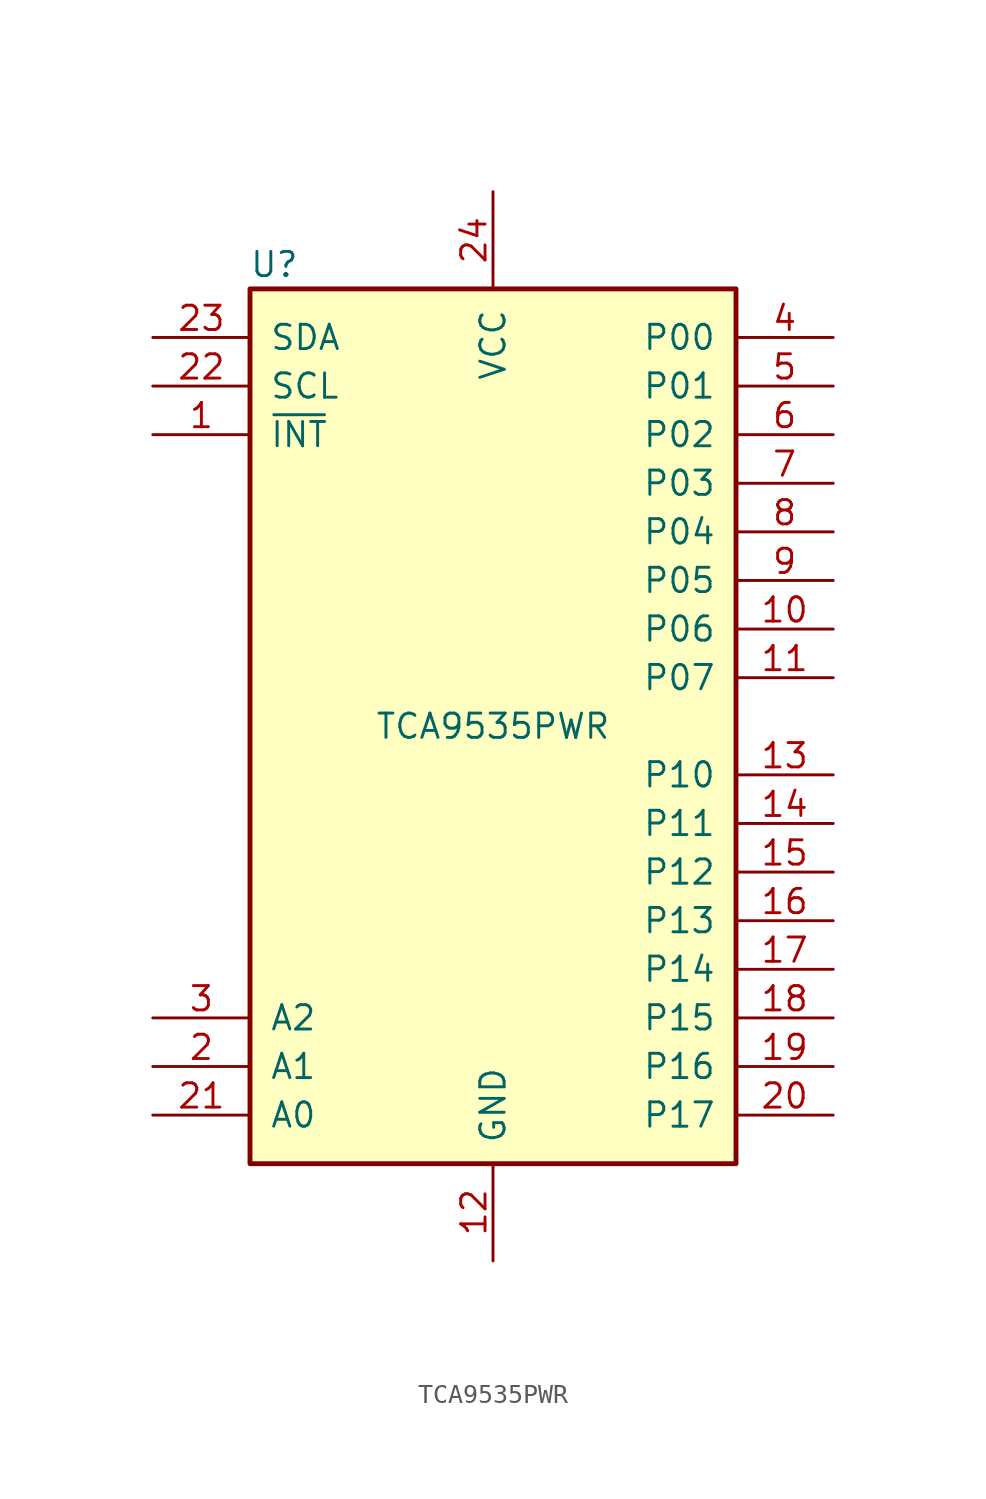
<source format=kicad_sym>
(kicad_symbol_lib
  (version 20241209)
  (generator "kicad_symbol_editor")
  (generator_version "9.0")
  (symbol "TCA9535PWR"
    (pin_names
      (offset 1.016))
    (property "Reference" "U"
      (at -11.43 24.13 0)
      (effects (font (size 1.27 1.27))))
    (property "Value" "TCA9535PWR"
      (at 0 0 0)
      (effects (font (size 1.27 1.27))))
    (symbol "TCA9535PWR_0_1"
      (rectangle (start -12.7 22.86) (end 12.7 -22.86) (stroke (width 0.254) (type default)) (fill (type background))))
    (symbol "TCA9535PWR_1_1"
      (pin bidirectional line (at -17.78 20.32 0) (length 5.08) (name "SDA" (effects (font (size 1.27 1.27)))) (number "23" (effects (font (size 1.27 1.27)))))
      (pin input line (at -17.78 17.78 0) (length 5.08) (name "SCL" (effects (font (size 1.27 1.27)))) (number "22" (effects (font (size 1.27 1.27)))))
      (pin open_collector line (at -17.78 15.24 0) (length 5.08) (name "~{INT}" (effects (font (size 1.27 1.27)))) (number "1" (effects (font (size 1.27 1.27)))))
      (pin input line (at -17.78 -15.24 0) (length 5.08) (name "A2" (effects (font (size 1.27 1.27)))) (number "3" (effects (font (size 1.27 1.27)))))
      (pin input line (at -17.78 -17.78 0) (length 5.08) (name "A1" (effects (font (size 1.27 1.27)))) (number "2" (effects (font (size 1.27 1.27)))))
      (pin input line (at -17.78 -20.32 0) (length 5.08) (name "A0" (effects (font (size 1.27 1.27)))) (number "21" (effects (font (size 1.27 1.27)))))
      (pin power_in line (at 0 27.94 270) (length 5.08) (name "VCC" (effects (font (size 1.27 1.27)))) (number "24" (effects (font (size 1.27 1.27)))))
      (pin power_in line (at 0 -27.94 90) (length 5.08) (name "GND" (effects (font (size 1.27 1.27)))) (number "12" (effects (font (size 1.27 1.27)))))
      (pin bidirectional line (at 17.78 20.32 180) (length 5.08) (name "P00" (effects (font (size 1.27 1.27)))) (number "4" (effects (font (size 1.27 1.27)))))
      (pin bidirectional line (at 17.78 17.78 180) (length 5.08) (name "P01" (effects (font (size 1.27 1.27)))) (number "5" (effects (font (size 1.27 1.27)))))
      (pin bidirectional line (at 17.78 15.24 180) (length 5.08) (name "P02" (effects (font (size 1.27 1.27)))) (number "6" (effects (font (size 1.27 1.27)))))
      (pin bidirectional line (at 17.78 12.7 180) (length 5.08) (name "P03" (effects (font (size 1.27 1.27)))) (number "7" (effects (font (size 1.27 1.27)))))
      (pin bidirectional line (at 17.78 10.16 180) (length 5.08) (name "P04" (effects (font (size 1.27 1.27)))) (number "8" (effects (font (size 1.27 1.27)))))
      (pin bidirectional line (at 17.78 7.62 180) (length 5.08) (name "P05" (effects (font (size 1.27 1.27)))) (number "9" (effects (font (size 1.27 1.27)))))
      (pin bidirectional line (at 17.78 5.08 180) (length 5.08) (name "P06" (effects (font (size 1.27 1.27)))) (number "10" (effects (font (size 1.27 1.27)))))
      (pin bidirectional line (at 17.78 2.54 180) (length 5.08) (name "P07" (effects (font (size 1.27 1.27)))) (number "11" (effects (font (size 1.27 1.27)))))
      (pin bidirectional line (at 17.78 -2.54 180) (length 5.08) (name "P10" (effects (font (size 1.27 1.27)))) (number "13" (effects (font (size 1.27 1.27)))))
      (pin bidirectional line (at 17.78 -5.08 180) (length 5.08) (name "P11" (effects (font (size 1.27 1.27)))) (number "14" (effects (font (size 1.27 1.27)))))
      (pin bidirectional line (at 17.78 -7.62 180) (length 5.08) (name "P12" (effects (font (size 1.27 1.27)))) (number "15" (effects (font (size 1.27 1.27)))))
      (pin bidirectional line (at 17.78 -10.16 180) (length 5.08) (name "P13" (effects (font (size 1.27 1.27)))) (number "16" (effects (font (size 1.27 1.27)))))
      (pin bidirectional line (at 17.78 -12.7 180) (length 5.08) (name "P14" (effects (font (size 1.27 1.27)))) (number "17" (effects (font (size 1.27 1.27)))))
      (pin bidirectional line (at 17.78 -15.24 180) (length 5.08) (name "P15" (effects (font (size 1.27 1.27)))) (number "18" (effects (font (size 1.27 1.27)))))
      (pin bidirectional line (at 17.78 -17.78 180) (length 5.08) (name "P16" (effects (font (size 1.27 1.27)))) (number "19" (effects (font (size 1.27 1.27)))))
      (pin bidirectional line (at 17.78 -20.32 180) (length 5.08) (name "P17" (effects (font (size 1.27 1.27)))) (number "20" (effects (font (size 1.27 1.27))))))))
</source>
